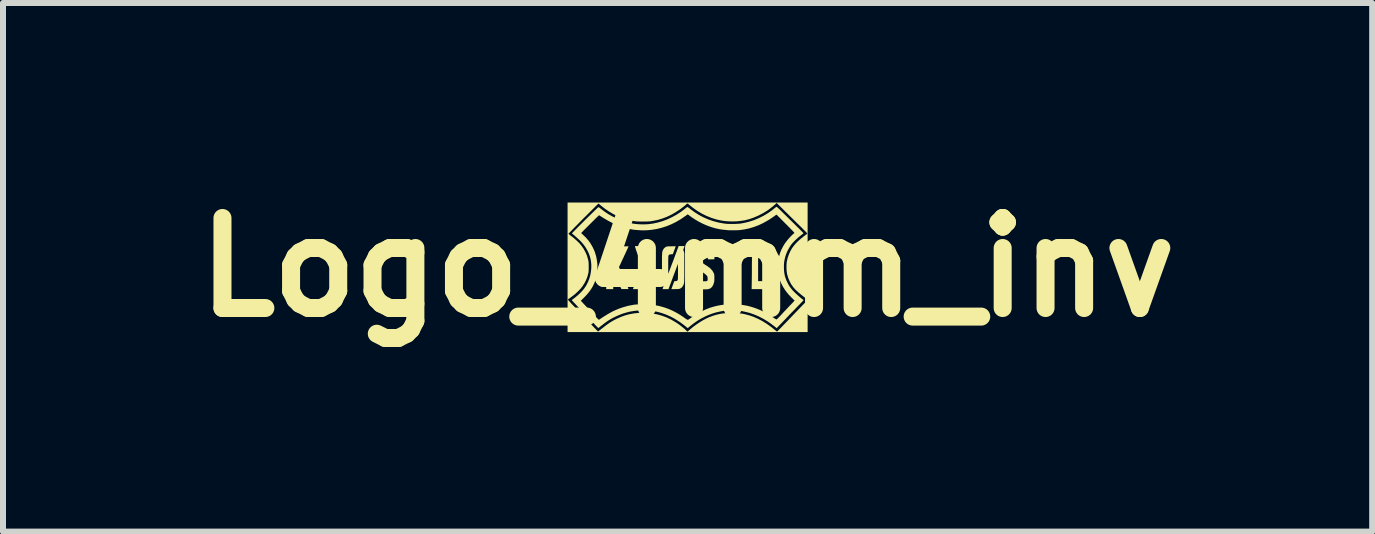
<source format=kicad_pcb>
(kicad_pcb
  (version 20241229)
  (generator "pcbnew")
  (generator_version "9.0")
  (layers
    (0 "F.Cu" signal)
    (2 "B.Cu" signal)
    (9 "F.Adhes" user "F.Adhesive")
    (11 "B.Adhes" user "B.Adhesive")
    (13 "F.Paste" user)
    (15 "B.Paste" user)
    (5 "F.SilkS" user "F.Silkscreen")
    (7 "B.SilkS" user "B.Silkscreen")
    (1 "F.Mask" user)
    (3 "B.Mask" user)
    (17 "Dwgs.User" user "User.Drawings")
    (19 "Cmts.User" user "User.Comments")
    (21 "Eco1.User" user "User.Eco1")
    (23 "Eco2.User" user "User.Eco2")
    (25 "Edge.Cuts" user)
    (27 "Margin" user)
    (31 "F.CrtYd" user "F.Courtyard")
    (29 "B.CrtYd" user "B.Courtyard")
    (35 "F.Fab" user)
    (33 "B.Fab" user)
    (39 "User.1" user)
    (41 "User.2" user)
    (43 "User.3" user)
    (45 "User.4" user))
  (footprint "Logo_4mm_inv"
    (layer "F.Cu")
    (at 8.407 1.404)
    (property "Reference" "Logo_4mm_inv" (at 0 0 0) (layer "F.SilkS") (effects (font (size 1.5 1.5) (thickness 0.3))))
    (attr board_only exclude_from_pos_files exclude_from_bom)
    (fp_poly (pts (xy 0.938 -0.285) (xy 0.937 -0.219) (xy 0.869 -0.218) (xy 0.801 -0.217) (xy 0.801 0.074) (xy 0.801 0.364) (xy 0.75 0.364) (xy 0.698 0.364) (xy 0.698 0.073) (xy 0.698 -0.217) (xy 0.629 -0.217) (xy 0.561 -0.217) (xy 0.561 -0.284) (xy 0.561 -0.351) (xy 0.75 -0.351) (xy 0.938 -0.351)) (stroke (width 0) (type solid)) (fill yes) (layer "F.SilkS"))
    (fp_poly (pts (xy 1.175 -0.06) (xy 1.175 0.23) (xy 1.311 0.23) (xy 1.446 0.23) (xy 1.446 0.297) (xy 1.446 0.364) (xy 1.257 0.364) (xy 1.067 0.364) (xy 1.07 0.191) (xy 1.07 0.151) (xy 1.071 0.106) (xy 1.071 0.057) (xy 1.071 0.007) (xy 1.071 -0.043) (xy 1.072 -0.092) (xy 1.072 -0.138) (xy 1.072 -0.166) (xy 1.072 -0.351) (xy 1.124 -0.351) (xy 1.175 -0.351)) (stroke (width 0) (type solid)) (fill yes) (layer "F.SilkS"))
    (fp_poly (pts (xy -1.238 -0.22) (xy -1.237 -0.089) (xy -1.199 -0.162) (xy -1.186 -0.187) (xy -1.172 -0.213) (xy -1.157 -0.24) (xy -1.144 -0.266) (xy -1.133 -0.287) (xy -1.13 -0.292) (xy -1.1 -0.349) (xy -1.043 -0.35) (xy -1.019 -0.35) (xy -1.002 -0.35) (xy -0.991 -0.349) (xy -0.985 -0.348) (xy -0.985 -0.347) (xy -0.986 -0.343) (xy -0.99 -0.334) (xy -0.996 -0.321) (xy -1.004 -0.303) (xy -1.014 -0.281) (xy -1.025 -0.258) (xy -1.037 -0.232) (xy -1.04 -0.224) (xy -1.054 -0.196) (xy -1.067 -0.166) (xy -1.081 -0.138) (xy -1.093 -0.112) (xy -1.104 -0.088) (xy -1.113 -0.068) (xy -1.119 -0.055) (xy -1.143 -0.004) (xy -1.098 0.097) (xy -1.086 0.125) (xy -1.074 0.154) (xy -1.061 0.183) (xy -1.049 0.211) (xy -1.039 0.235) (xy -1.03 0.255) (xy -1.028 0.259) (xy -1.02 0.279) (xy -1.011 0.298) (xy -1.004 0.316) (xy -0.998 0.329) (xy -0.994 0.338) (xy -0.989 0.349) (xy -0.986 0.357) (xy -0.985 0.361) (xy -0.988 0.362) (xy -0.998 0.363) (xy -1.013 0.363) (xy -1.034 0.363) (xy -1.044 0.363) (xy -1.103 0.362) (xy -1.128 0.309) (xy -1.137 0.29) (xy -1.148 0.268) (xy -1.16 0.242) (xy -1.172 0.215) (xy -1.185 0.188) (xy -1.193 0.17) (xy -1.204 0.148) (xy -1.213 0.128) (xy -1.222 0.11) (xy -1.228 0.096) (xy -1.233 0.087) (xy -1.236 0.082) (xy -1.236 0.082) (xy -1.237 0.084) (xy -1.237 0.093) (xy -1.238 0.107) (xy -1.238 0.126) (xy -1.238 0.15) (xy -1.239 0.177) (xy -1.239 0.207) (xy -1.239 0.221) (xy -1.239 0.364) (xy -1.297 0.364) (xy -1.356 0.364) (xy -1.355 0.008) (xy -1.354 -0.349) (xy -1.296 -0.35) (xy -1.239 -0.351)) (stroke (width 0) (type solid)) (fill yes) (layer "F.SilkS"))
    (fp_poly (pts (xy -0.751 -0.265) (xy -0.743 -0.241) (xy -0.734 -0.22) (xy -0.727 -0.202) (xy -0.721 -0.187) (xy -0.717 -0.176) (xy -0.715 -0.171) (xy -0.715 -0.171) (xy -0.714 -0.17) (xy -0.713 -0.17) (xy -0.711 -0.171) (xy -0.709 -0.175) (xy -0.706 -0.182) (xy -0.702 -0.192) (xy -0.697 -0.206) (xy -0.69 -0.224) (xy -0.681 -0.247) (xy -0.671 -0.276) (xy -0.668 -0.282) (xy -0.642 -0.352) (xy -0.591 -0.353) (xy -0.572 -0.353) (xy -0.558 -0.354) (xy -0.549 -0.353) (xy -0.544 -0.352) (xy -0.542 -0.351) (xy -0.542 -0.349) (xy -0.543 -0.348) (xy -0.544 -0.344) (xy -0.548 -0.334) (xy -0.554 -0.319) (xy -0.561 -0.3) (xy -0.569 -0.277) (xy -0.579 -0.251) (xy -0.59 -0.222) (xy -0.601 -0.192) (xy -0.603 -0.188) (xy -0.661 -0.034) (xy -0.648 0.007) (xy -0.634 0.05) (xy -0.621 0.092) (xy -0.608 0.133) (xy -0.596 0.172) (xy -0.585 0.209) (xy -0.574 0.242) (xy -0.565 0.273) (xy -0.556 0.3) (xy -0.549 0.322) (xy -0.544 0.34) (xy -0.54 0.353) (xy -0.538 0.361) (xy -0.538 0.362) (xy -0.541 0.363) (xy -0.549 0.363) (xy -0.562 0.363) (xy -0.578 0.363) (xy -0.585 0.363) (xy -0.632 0.362) (xy -0.646 0.322) (xy -0.651 0.307) (xy -0.658 0.287) (xy -0.666 0.264) (xy -0.675 0.24) (xy -0.684 0.215) (xy -0.688 0.204) (xy -0.695 0.182) (xy -0.702 0.162) (xy -0.709 0.146) (xy -0.713 0.133) (xy -0.717 0.125) (xy -0.718 0.123) (xy -0.72 0.125) (xy -0.723 0.132) (xy -0.728 0.143) (xy -0.734 0.158) (xy -0.735 0.163) (xy -0.742 0.179) (xy -0.749 0.201) (xy -0.758 0.224) (xy -0.767 0.249) (xy -0.776 0.273) (xy -0.776 0.274) (xy -0.784 0.295) (xy -0.791 0.314) (xy -0.797 0.33) (xy -0.802 0.343) (xy -0.805 0.352) (xy -0.806 0.353) (xy -0.809 0.364) (xy -0.86 0.364) (xy -0.911 0.364) (xy -0.9 0.333) (xy -0.896 0.323) (xy -0.89 0.307) (xy -0.883 0.287) (xy -0.874 0.264) (xy -0.864 0.238) (xy -0.854 0.21) (xy -0.843 0.182) (xy -0.843 0.182) (xy -0.828 0.142) (xy -0.815 0.107) (xy -0.804 0.078) (xy -0.795 0.054) (xy -0.787 0.034) (xy -0.781 0.018) (xy -0.777 0.006) (xy -0.773 -0.004) (xy -0.771 -0.011) (xy -0.77 -0.016) (xy -0.769 -0.02) (xy -0.769 -0.022) (xy -0.77 -0.024) (xy -0.77 -0.026) (xy -0.771 -0.028) (xy -0.773 -0.033) (xy -0.776 -0.044) (xy -0.781 -0.06) (xy -0.788 -0.08) (xy -0.796 -0.104) (xy -0.805 -0.131) (xy -0.815 -0.16) (xy -0.826 -0.191) (xy -0.826 -0.193) (xy -0.836 -0.224) (xy -0.846 -0.252) (xy -0.855 -0.279) (xy -0.863 -0.302) (xy -0.869 -0.321) (xy -0.874 -0.336) (xy -0.877 -0.346) (xy -0.878 -0.35) (xy -0.878 -0.351) (xy -0.875 -0.352) (xy -0.866 -0.353) (xy -0.851 -0.354) (xy -0.832 -0.354) (xy -0.786 -0.354)) (stroke (width 0) (type solid)) (fill yes) (layer "F.SilkS"))
    (fp_poly (pts (xy 0.289 -0.35) (xy 0.31 -0.349) (xy 0.327 -0.348) (xy 0.334 -0.347) (xy 0.362 -0.34) (xy 0.387 -0.328) (xy 0.407 -0.312) (xy 0.409 -0.311) (xy 0.422 -0.294) (xy 0.433 -0.275) (xy 0.44 -0.253) (xy 0.445 -0.228) (xy 0.447 -0.197) (xy 0.447 -0.178) (xy 0.447 -0.134) (xy 0.398 -0.133) (xy 0.38 -0.133) (xy 0.364 -0.132) (xy 0.352 -0.133) (xy 0.344 -0.133) (xy 0.343 -0.133) (xy 0.339 -0.137) (xy 0.337 -0.146) (xy 0.336 -0.153) (xy 0.331 -0.175) (xy 0.324 -0.192) (xy 0.315 -0.204) (xy 0.315 -0.204) (xy 0.311 -0.206) (xy 0.306 -0.208) (xy 0.299 -0.209) (xy 0.289 -0.21) (xy 0.274 -0.21) (xy 0.257 -0.21) (xy 0.238 -0.21) (xy 0.224 -0.21) (xy 0.214 -0.209) (xy 0.207 -0.208) (xy 0.202 -0.206) (xy 0.197 -0.203) (xy 0.197 -0.203) (xy 0.19 -0.198) (xy 0.187 -0.193) (xy 0.185 -0.186) (xy 0.184 -0.175) (xy 0.184 -0.174) (xy 0.184 -0.16) (xy 0.186 -0.149) (xy 0.191 -0.137) (xy 0.192 -0.135) (xy 0.204 -0.117) (xy 0.221 -0.098) (xy 0.245 -0.078) (xy 0.273 -0.056) (xy 0.296 -0.04) (xy 0.319 -0.026) (xy 0.337 -0.014) (xy 0.351 -0.003) (xy 0.363 0.005) (xy 0.373 0.013) (xy 0.382 0.022) (xy 0.389 0.029) (xy 0.414 0.058) (xy 0.432 0.089) (xy 0.438 0.102) (xy 0.441 0.11) (xy 0.443 0.117) (xy 0.444 0.126) (xy 0.445 0.136) (xy 0.446 0.15) (xy 0.446 0.169) (xy 0.446 0.179) (xy 0.446 0.201) (xy 0.445 0.218) (xy 0.444 0.231) (xy 0.443 0.242) (xy 0.44 0.253) (xy 0.438 0.261) (xy 0.427 0.293) (xy 0.413 0.318) (xy 0.397 0.337) (xy 0.377 0.352) (xy 0.353 0.362) (xy 0.35 0.362) (xy 0.34 0.364) (xy 0.324 0.366) (xy 0.304 0.367) (xy 0.281 0.367) (xy 0.257 0.367) (xy 0.233 0.367) (xy 0.21 0.366) (xy 0.19 0.365) (xy 0.173 0.364) (xy 0.162 0.362) (xy 0.161 0.362) (xy 0.137 0.354) (xy 0.118 0.342) (xy 0.102 0.325) (xy 0.097 0.318) (xy 0.088 0.303) (xy 0.081 0.286) (xy 0.076 0.267) (xy 0.073 0.245) (xy 0.071 0.217) (xy 0.071 0.208) (xy 0.069 0.157) (xy 0.126 0.157) (xy 0.184 0.157) (xy 0.184 0.173) (xy 0.186 0.196) (xy 0.194 0.216) (xy 0.199 0.224) (xy 0.208 0.234) (xy 0.265 0.233) (xy 0.288 0.233) (xy 0.305 0.232) (xy 0.317 0.23) (xy 0.326 0.227) (xy 0.33 0.221) (xy 0.333 0.213) (xy 0.334 0.202) (xy 0.334 0.188) (xy 0.333 0.171) (xy 0.331 0.158) (xy 0.327 0.148) (xy 0.319 0.137) (xy 0.307 0.126) (xy 0.303 0.122) (xy 0.296 0.116) (xy 0.289 0.11) (xy 0.28 0.103) (xy 0.269 0.095) (xy 0.256 0.086) (xy 0.24 0.075) (xy 0.219 0.062) (xy 0.194 0.045) (xy 0.185 0.039) (xy 0.153 0.016) (xy 0.126 -0.009) (xy 0.104 -0.036) (xy 0.087 -0.064) (xy 0.079 -0.085) (xy 0.076 -0.094) (xy 0.074 -0.103) (xy 0.073 -0.113) (xy 0.072 -0.126) (xy 0.072 -0.142) (xy 0.072 -0.163) (xy 0.072 -0.165) (xy 0.073 -0.196) (xy 0.075 -0.222) (xy 0.078 -0.243) (xy 0.082 -0.261) (xy 0.088 -0.276) (xy 0.092 -0.284) (xy 0.108 -0.307) (xy 0.129 -0.325) (xy 0.154 -0.338) (xy 0.183 -0.346) (xy 0.187 -0.347) (xy 0.201 -0.349) (xy 0.22 -0.35) (xy 0.243 -0.35) (xy 0.266 -0.35)) (stroke (width 0) (type solid)) (fill yes) (layer "F.SilkS"))
    (fp_poly (pts (xy -0.082 -0.354) (xy -0.068 -0.354) (xy -0.057 -0.353) (xy -0.051 -0.353) (xy -0.05 -0.353) (xy -0.051 -0.349) (xy -0.054 -0.341) (xy -0.059 -0.33) (xy -0.061 -0.323) (xy -0.073 -0.294) (xy -0.064 -0.267) (xy -0.055 -0.239) (xy -0.055 0.005) (xy -0.055 0.052) (xy -0.055 0.092) (xy -0.055 0.127) (xy -0.055 0.157) (xy -0.056 0.181) (xy -0.056 0.202) (xy -0.056 0.219) (xy -0.057 0.232) (xy -0.057 0.243) (xy -0.058 0.252) (xy -0.059 0.258) (xy -0.059 0.264) (xy -0.061 0.268) (xy -0.061 0.27) (xy -0.071 0.299) (xy -0.085 0.322) (xy -0.102 0.341) (xy -0.124 0.354) (xy -0.125 0.355) (xy -0.132 0.357) (xy -0.138 0.359) (xy -0.146 0.361) (xy -0.156 0.362) (xy -0.169 0.362) (xy -0.187 0.363) (xy -0.207 0.363) (xy -0.229 0.364) (xy -0.245 0.364) (xy -0.257 0.364) (xy -0.264 0.363) (xy -0.268 0.362) (xy -0.269 0.361) (xy -0.269 0.359) (xy -0.269 0.359) (xy -0.267 0.353) (xy -0.263 0.343) (xy -0.258 0.329) (xy -0.252 0.313) (xy -0.25 0.307) (xy -0.244 0.29) (xy -0.237 0.273) (xy -0.232 0.259) (xy -0.228 0.249) (xy -0.227 0.247) (xy -0.222 0.232) (xy -0.201 0.23) (xy -0.19 0.229) (xy -0.18 0.226) (xy -0.176 0.224) (xy -0.172 0.221) (xy -0.169 0.217) (xy -0.166 0.213) (xy -0.164 0.207) (xy -0.163 0.199) (xy -0.162 0.188) (xy -0.161 0.173) (xy -0.161 0.155) (xy -0.16 0.131) (xy -0.16 0.102) (xy -0.16 0.071) (xy -0.161 -0.058) (xy -0.215 0.087) (xy -0.227 0.119) (xy -0.24 0.152) (xy -0.252 0.185) (xy -0.263 0.216) (xy -0.274 0.245) (xy -0.283 0.27) (xy -0.291 0.29) (xy -0.294 0.298) (xy -0.318 0.364) (xy -0.368 0.364) (xy -0.418 0.364) (xy -0.415 0.356) (xy -0.413 0.349) (xy -0.409 0.338) (xy -0.407 0.334) (xy -0.404 0.325) (xy -0.403 0.319) (xy -0.405 0.312) (xy -0.41 0.303) (xy -0.413 0.297) (xy -0.416 0.29) (xy -0.418 0.283) (xy -0.42 0.276) (xy -0.422 0.267) (xy -0.423 0.256) (xy -0.424 0.243) (xy -0.425 0.227) (xy -0.426 0.208) (xy -0.427 0.186) (xy -0.427 0.158) (xy -0.427 0.126) (xy -0.427 0.089) (xy -0.427 0.046) (xy -0.427 0.008) (xy -0.427 -0.04) (xy -0.427 -0.082) (xy -0.427 -0.119) (xy -0.427 -0.15) (xy -0.427 -0.176) (xy -0.426 -0.198) (xy -0.425 -0.217) (xy -0.424 -0.232) (xy -0.423 -0.245) (xy -0.422 -0.255) (xy -0.42 -0.264) (xy -0.417 -0.271) (xy -0.415 -0.278) (xy -0.412 -0.285) (xy -0.409 -0.29) (xy -0.396 -0.312) (xy -0.38 -0.328) (xy -0.361 -0.34) (xy -0.355 -0.343) (xy -0.349 -0.345) (xy -0.343 -0.347) (xy -0.335 -0.348) (xy -0.325 -0.349) (xy -0.311 -0.349) (xy -0.293 -0.35) (xy -0.27 -0.35) (xy -0.197 -0.351) (xy -0.202 -0.338) (xy -0.205 -0.331) (xy -0.209 -0.319) (xy -0.215 -0.303) (xy -0.222 -0.285) (xy -0.227 -0.272) (xy -0.246 -0.219) (xy -0.273 -0.217) (xy -0.289 -0.215) (xy -0.3 -0.213) (xy -0.307 -0.21) (xy -0.312 -0.205) (xy -0.316 -0.199) (xy -0.318 -0.196) (xy -0.319 -0.192) (xy -0.32 -0.186) (xy -0.321 -0.178) (xy -0.321 -0.167) (xy -0.322 -0.153) (xy -0.322 -0.134) (xy -0.323 -0.111) (xy -0.323 -0.083) (xy -0.323 -0.048) (xy -0.323 -0.04) (xy -0.323 -0.01) (xy -0.323 0.019) (xy -0.323 0.045) (xy -0.323 0.067) (xy -0.323 0.085) (xy -0.323 0.098) (xy -0.323 0.105) (xy -0.323 0.107) (xy -0.321 0.103) (xy -0.318 0.094) (xy -0.312 0.081) (xy -0.305 0.063) (xy -0.297 0.042) (xy -0.289 0.019) (xy -0.282 0.002) (xy -0.259 -0.06) (xy -0.238 -0.114) (xy -0.22 -0.163) (xy -0.204 -0.206) (xy -0.19 -0.243) (xy -0.179 -0.273) (xy -0.17 -0.298) (xy -0.163 -0.317) (xy -0.158 -0.329) (xy -0.156 -0.335) (xy -0.15 -0.354) (xy -0.1 -0.354)) (stroke (width 0) (type solid)) (fill yes) (layer "F.SilkS"))
    (fp_poly (pts (xy 2 -0.269) (xy 2 0.541) (xy 1.979 0.525) (xy 1.965 0.515) (xy 1.948 0.501) (xy 1.929 0.485) (xy 1.909 0.47) (xy 1.89 0.454) (xy 1.874 0.441) (xy 1.87 0.438) (xy 1.859 0.429) (xy 1.849 0.42) (xy 1.842 0.414) (xy 1.797 0.373) (xy 1.758 0.328) (xy 1.724 0.279) (xy 1.697 0.227) (xy 1.675 0.172) (xy 1.658 0.113) (xy 1.656 0.1) (xy 1.652 0.074) (xy 1.649 0.044) (xy 1.648 0.011) (xy 1.648 -0.023) (xy 1.649 -0.056) (xy 1.652 -0.085) (xy 1.654 -0.099) (xy 1.668 -0.159) (xy 1.688 -0.216) (xy 1.713 -0.271) (xy 1.743 -0.323) (xy 1.778 -0.369) (xy 1.795 -0.389) (xy 1.813 -0.408) (xy 1.831 -0.427) (xy 1.851 -0.445) (xy 1.873 -0.465) (xy 1.899 -0.486) (xy 1.929 -0.51) (xy 1.958 -0.533) (xy 1.97 -0.542) (xy 1.981 -0.55) (xy 1.989 -0.556) (xy 1.991 -0.558) (xy 1.993 -0.56) (xy 1.993 -0.561) (xy 1.993 -0.563) (xy 1.992 -0.566) (xy 1.989 -0.57) (xy 1.984 -0.576) (xy 1.977 -0.583) (xy 1.968 -0.593) (xy 1.955 -0.606) (xy 1.94 -0.621) (xy 1.921 -0.64) (xy 1.899 -0.663) (xy 1.872 -0.689) (xy 1.841 -0.72) (xy 1.838 -0.722) (xy 1.808 -0.752) (xy 1.775 -0.784) (xy 1.743 -0.816) (xy 1.71 -0.848) (xy 1.679 -0.88) (xy 1.649 -0.909) (xy 1.621 -0.936) (xy 1.598 -0.96) (xy 1.58 -0.977) (xy 1.482 -1.074) (xy 1.475 -1.064) (xy 1.468 -1.057) (xy 1.458 -1.047) (xy 1.443 -1.035) (xy 1.426 -1.02) (xy 1.408 -1.005) (xy 1.388 -0.99) (xy 1.369 -0.975) (xy 1.35 -0.961) (xy 1.334 -0.949) (xy 1.329 -0.946) (xy 1.255 -0.901) (xy 1.18 -0.862) (xy 1.103 -0.829) (xy 1.025 -0.802) (xy 0.95 -0.783) (xy 0.885 -0.773) (xy 0.818 -0.766) (xy 0.748 -0.764) (xy 0.679 -0.766) (xy 0.61 -0.772) (xy 0.555 -0.781) (xy 0.472 -0.8) (xy 0.391 -0.826) (xy 0.312 -0.858) (xy 0.236 -0.896) (xy 0.161 -0.941) (xy 0.09 -0.991) (xy 0.025 -1.043) (xy 0.013 -1.054) (xy 0.005 -1.06) (xy -0.001 -1.063) (xy -0.006 -1.062) (xy -0.012 -1.058) (xy -0.018 -1.053) (xy -0.029 -1.043) (xy -0.044 -1.03) (xy -0.062 -1.015) (xy -0.081 -1) (xy -0.101 -0.985) (xy -0.119 -0.971) (xy -0.13 -0.963) (xy -0.202 -0.916) (xy -0.274 -0.875) (xy -0.348 -0.84) (xy -0.423 -0.812) (xy -0.501 -0.789) (xy -0.581 -0.773) (xy -0.594 -0.771) (xy -0.608 -0.768) (xy -0.621 -0.767) (xy -0.634 -0.765) (xy -0.649 -0.765) (xy -0.665 -0.764) (xy -0.686 -0.763) (xy -0.71 -0.763) (xy -0.74 -0.763) (xy -0.745 -0.763) (xy -0.775 -0.763) (xy -0.801 -0.763) (xy -0.821 -0.764) (xy -0.839 -0.764) (xy -0.853 -0.765) (xy -0.867 -0.767) (xy -0.88 -0.768) (xy -0.894 -0.77) (xy -0.896 -0.771) (xy -0.976 -0.786) (xy -1.052 -0.807) (xy -1.126 -0.834) (xy -1.198 -0.866) (xy -1.244 -0.891) (xy -1.313 -0.932) (xy -1.379 -0.977) (xy -1.442 -1.027) (xy -1.468 -1.049) (xy -1.476 -1.056) (xy -1.482 -1.061) (xy -1.485 -1.062) (xy -1.488 -1.06) (xy -1.495 -1.053) (xy -1.506 -1.042) (xy -1.521 -1.028) (xy -1.539 -1.01) (xy -1.559 -0.99) (xy -1.582 -0.967) (xy -1.607 -0.942) (xy -1.634 -0.915) (xy -1.662 -0.887) (xy -1.691 -0.858) (xy -1.721 -0.829) (xy -1.751 -0.799) (xy -1.78 -0.769) (xy -1.809 -0.74) (xy -1.837 -0.711) (xy -1.864 -0.684) (xy -1.889 -0.659) (xy -1.912 -0.635) (xy -1.932 -0.614) (xy -1.95 -0.596) (xy -1.965 -0.581) (xy -1.976 -0.569) (xy -1.983 -0.562) (xy -1.985 -0.558) (xy -1.985 -0.558) (xy -1.982 -0.555) (xy -1.974 -0.548) (xy -1.963 -0.54) (xy -1.951 -0.53) (xy -1.895 -0.487) (xy -1.846 -0.443) (xy -1.802 -0.4) (xy -1.765 -0.355) (xy -1.733 -0.309) (xy -1.707 -0.262) (xy -1.704 -0.257) (xy -1.687 -0.219) (xy -1.673 -0.183) (xy -1.662 -0.143) (xy -1.657 -0.125) (xy -1.654 -0.112) (xy -1.652 -0.1) (xy -1.65 -0.089) (xy -1.649 -0.078) (xy -1.649 -0.064) (xy -1.648 -0.047) (xy -1.648 -0.026) (xy -1.648 -0.008) (xy -1.648 0.018) (xy -1.648 0.038) (xy -1.649 0.055) (xy -1.65 0.068) (xy -1.651 0.08) (xy -1.653 0.091) (xy -1.655 0.101) (xy -1.67 0.157) (xy -1.69 0.209) (xy -1.715 0.259) (xy -1.745 0.307) (xy -1.781 0.354) (xy -1.823 0.398) (xy -1.87 0.442) (xy -1.924 0.485) (xy -1.948 0.502) (xy -1.963 0.513) (xy -1.976 0.523) (xy -1.987 0.53) (xy -1.993 0.536) (xy -1.995 0.537) (xy -1.993 0.54) (xy -1.988 0.548) (xy -1.978 0.559) (xy -1.966 0.572) (xy -1.952 0.588) (xy -1.938 0.603) (xy -1.905 0.637) (xy -1.871 0.673) (xy -1.837 0.71) (xy -1.802 0.747) (xy -1.767 0.784) (xy -1.733 0.819) (xy -1.702 0.852) (xy -1.673 0.883) (xy -1.647 0.91) (xy -1.628 0.93) (xy -1.608 0.95) (xy -1.589 0.97) (xy -1.57 0.99) (xy -1.552 1.009) (xy -1.537 1.024) (xy -1.528 1.033) (xy -1.493 1.07) (xy -1.484 1.064) (xy -1.479 1.06) (xy -1.469 1.052) (xy -1.456 1.042) (xy -1.441 1.03) (xy -1.424 1.017) (xy -1.419 1.014) (xy -1.383 0.985) (xy -1.35 0.96) (xy -1.319 0.938) (xy -1.291 0.919) (xy -1.262 0.901) (xy -1.234 0.885) (xy -1.203 0.869) (xy -1.188 0.861) (xy -1.117 0.829) (xy -1.046 0.803) (xy -0.974 0.783) (xy -0.9 0.769) (xy -0.823 0.76) (xy -0.746 0.758) (xy -0.663 0.761) (xy -0.583 0.77) (xy -0.504 0.785) (xy -0.429 0.806) (xy -0.355 0.833) (xy -0.282 0.867) (xy -0.211 0.908) (xy -0.154 0.945) (xy -0.133 0.961) (xy -0.111 0.977) (xy -0.09 0.994) (xy -0.069 1.011) (xy -0.05 1.027) (xy -0.034 1.042) (xy -0.022 1.054) (xy -0.013 1.063) (xy -0.012 1.065) (xy -0.009 1.069) (xy -0.006 1.07) (xy -0.001 1.07) (xy 0.006 1.066) (xy 0.015 1.058) (xy 0.028 1.047) (xy 0.038 1.038) (xy 0.088 0.996) (xy 0.141 0.957) (xy 0.195 0.92) (xy 0.251 0.886) (xy 0.306 0.856) (xy 0.359 0.832) (xy 0.369 0.828) (xy 0.428 0.806) (xy 0.486 0.789) (xy 0.544 0.776) (xy 0.604 0.767) (xy 0.667 0.762) (xy 0.735 0.76) (xy 0.741 0.76) (xy 0.788 0.761) (xy 0.829 0.763) (xy 0.869 0.767) (xy 0.908 0.772) (xy 0.949 0.78) (xy 0.957 0.782) (xy 1.029 0.801) (xy 1.101 0.826) (xy 1.173 0.858) (xy 1.246 0.896) (xy 1.318 0.941) (xy 1.391 0.993) (xy 1.452 1.042) (xy 1.464 1.051) (xy 1.474 1.06) (xy 1.482 1.066) (xy 1.484 1.068) (xy 1.486 1.069) (xy 1.489 1.069) (xy 1.493 1.068) (xy 1.498 1.064) (xy 1.506 1.057) (xy 1.516 1.046) (xy 1.531 1.031) (xy 1.537 1.025) (xy 1.555 1.007) (xy 1.574 0.987) (xy 1.593 0.967) (xy 1.61 0.949) (xy 1.621 0.938) (xy 1.632 0.927) (xy 1.647 0.911) (xy 1.665 0.893) (xy 1.685 0.872) (xy 1.706 0.85) (xy 1.728 0.827) (xy 1.746 0.808) (xy 1.778 0.775) (xy 1.806 0.745) (xy 1.831 0.72) (xy 1.852 0.698) (xy 1.871 0.678) (xy 1.889 0.66) (xy 1.905 0.643) (xy 1.92 0.627) (xy 1.935 0.612) (xy 1.951 0.595) (xy 1.954 0.592) (xy 2 0.544) (xy 2 0.811) (xy 2 1.079) (xy -0.000001 1.079) (xy -2 1.079) (xy -2 -0.000001) (xy -2 -1.079) (xy -0.000001 -1.079) (xy 2 -1.079)) (stroke (width 0) (type solid)) (fill yes) (layer "F.SilkS"))
    (fp_poly (pts (xy 1.486 -1.006) (xy 1.494 -1) (xy 1.505 -0.99) (xy 1.519 -0.977) (xy 1.535 -0.962) (xy 1.552 -0.945) (xy 1.553 -0.944) (xy 1.603 -0.895) (xy 1.648 -0.851) (xy 1.689 -0.81) (xy 1.726 -0.774) (xy 1.759 -0.742) (xy 1.788 -0.713) (xy 1.814 -0.687) (xy 1.836 -0.665) (xy 1.856 -0.646) (xy 1.872 -0.629) (xy 1.886 -0.615) (xy 1.898 -0.603) (xy 1.907 -0.594) (xy 1.915 -0.586) (xy 1.921 -0.58) (xy 1.925 -0.575) (xy 1.927 -0.571) (xy 1.929 -0.569) (xy 1.93 -0.567) (xy 1.93 -0.566) (xy 1.929 -0.565) (xy 1.928 -0.565) (xy 1.928 -0.564) (xy 1.923 -0.56) (xy 1.914 -0.553) (xy 1.902 -0.544) (xy 1.89 -0.534) (xy 1.854 -0.506) (xy 1.819 -0.475) (xy 1.786 -0.444) (xy 1.757 -0.413) (xy 1.745 -0.401) (xy 1.723 -0.373) (xy 1.702 -0.34) (xy 1.681 -0.304) (xy 1.662 -0.268) (xy 1.647 -0.232) (xy 1.641 -0.217) (xy 1.628 -0.177) (xy 1.619 -0.141) (xy 1.612 -0.107) (xy 1.607 -0.072) (xy 1.605 -0.034) (xy 1.605 -0.005) (xy 1.606 0.046) (xy 1.611 0.093) (xy 1.619 0.137) (xy 1.632 0.179) (xy 1.648 0.222) (xy 1.67 0.267) (xy 1.67 0.267) (xy 1.688 0.301) (xy 1.708 0.331) (xy 1.729 0.359) (xy 1.754 0.388) (xy 1.778 0.412) (xy 1.791 0.425) (xy 1.807 0.44) (xy 1.825 0.456) (xy 1.843 0.473) (xy 1.862 0.489) (xy 1.88 0.505) (xy 1.896 0.518) (xy 1.91 0.529) (xy 1.921 0.537) (xy 1.926 0.541) (xy 1.932 0.545) (xy 1.933 0.547) (xy 1.93 0.55) (xy 1.924 0.557) (xy 1.914 0.568) (xy 1.901 0.581) (xy 1.886 0.597) (xy 1.869 0.615) (xy 1.851 0.633) (xy 1.833 0.652) (xy 1.815 0.67) (xy 1.798 0.688) (xy 1.782 0.705) (xy 1.768 0.719) (xy 1.757 0.73) (xy 1.749 0.739) (xy 1.748 0.74) (xy 1.742 0.745) (xy 1.732 0.755) (xy 1.72 0.768) (xy 1.704 0.784) (xy 1.687 0.802) (xy 1.669 0.822) (xy 1.659 0.831) (xy 1.64 0.852) (xy 1.62 0.873) (xy 1.601 0.893) (xy 1.584 0.91) (xy 1.57 0.926) (xy 1.558 0.937) (xy 1.556 0.94) (xy 1.542 0.954) (xy 1.527 0.97) (xy 1.514 0.984) (xy 1.505 0.992) (xy 1.484 1.015) (xy 1.471 1.003) (xy 1.458 0.992) (xy 1.441 0.979) (xy 1.421 0.964) (xy 1.399 0.948) (xy 1.377 0.931) (xy 1.355 0.916) (xy 1.336 0.903) (xy 1.262 0.858) (xy 1.187 0.819) (xy 1.111 0.787) (xy 1.035 0.76) (xy 0.963 0.742) (xy 0.93 0.735) (xy 0.9 0.729) (xy 0.87 0.725) (xy 0.839 0.723) (xy 0.806 0.721) (xy 0.769 0.72) (xy 0.746 0.72) (xy 0.71 0.72) (xy 0.678 0.721) (xy 0.651 0.722) (xy 0.625 0.724) (xy 0.601 0.726) (xy 0.576 0.73) (xy 0.549 0.735) (xy 0.534 0.738) (xy 0.472 0.752) (xy 0.414 0.77) (xy 0.357 0.791) (xy 0.299 0.816) (xy 0.274 0.829) (xy 0.225 0.854) (xy 0.179 0.881) (xy 0.135 0.91) (xy 0.09 0.943) (xy 0.044 0.979) (xy 0.014 1.004) (xy 0.007 1.009) (xy 0.002 1.012) (xy 0.002 1.012) (xy -0.001 1.01) (xy -0.008 1.005) (xy -0.017 0.998) (xy -0.026 0.991) (xy -0.033 0.985) (xy -0.037 0.981) (xy -0.04 0.978) (xy -0.048 0.972) (xy -0.06 0.963) (xy -0.074 0.953) (xy -0.089 0.941) (xy -0.104 0.93) (xy -0.119 0.919) (xy -0.132 0.91) (xy -0.142 0.903) (xy -0.146 0.901) (xy -0.215 0.857) (xy -0.285 0.82) (xy -0.355 0.789) (xy -0.427 0.763) (xy -0.498 0.743) (xy -0.573 0.728) (xy -0.65 0.719) (xy -0.729 0.715) (xy -0.808 0.718) (xy -0.887 0.726) (xy -0.965 0.739) (xy -1.041 0.759) (xy -1.043 0.76) (xy -1.091 0.775) (xy -1.141 0.795) (xy -1.191 0.817) (xy -1.24 0.84) (xy -1.285 0.865) (xy -1.327 0.891) (xy -1.349 0.906) (xy -1.365 0.918) (xy -1.384 0.932) (xy -1.404 0.947) (xy -1.423 0.962) (xy -1.441 0.976) (xy -1.455 0.987) (xy -1.462 0.993) (xy -1.473 1.001) (xy -1.481 1.008) (xy -1.485 1.011) (xy -1.486 1.012) (xy -1.489 1.01) (xy -1.496 1.004) (xy -1.506 0.994) (xy -1.52 0.98) (xy -1.538 0.961) (xy -1.539 0.96) (xy -1.55 0.949) (xy -1.564 0.933) (xy -1.581 0.916) (xy -1.6 0.896) (xy -1.62 0.875) (xy -1.639 0.855) (xy -1.641 0.853) (xy -1.661 0.833) (xy -1.684 0.809) (xy -1.709 0.782) (xy -1.735 0.754) (xy -1.762 0.727) (xy -1.787 0.7) (xy -1.803 0.683) (xy -1.824 0.661) (xy -1.844 0.64) (xy -1.863 0.62) (xy -1.879 0.602) (xy -1.893 0.588) (xy -1.904 0.576) (xy -1.911 0.569) (xy -1.911 0.568) (xy -1.92 0.559) (xy -1.921 0.557) (xy -1.779 0.557) (xy -1.744 0.595) (xy -1.731 0.609) (xy -1.715 0.626) (xy -1.697 0.645) (xy -1.678 0.666) (xy -1.659 0.687) (xy -1.648 0.698) (xy -1.628 0.719) (xy -1.608 0.742) (xy -1.587 0.764) (xy -1.567 0.785) (xy -1.548 0.806) (xy -1.53 0.824) (xy -1.514 0.841) (xy -1.5 0.855) (xy -1.49 0.865) (xy -1.483 0.872) (xy -1.48 0.875) (xy -1.48 0.875) (xy -1.476 0.873) (xy -1.469 0.869) (xy -1.461 0.864) (xy -1.421 0.837) (xy -1.386 0.815) (xy -1.354 0.795) (xy -1.326 0.778) (xy -1.3 0.763) (xy -1.276 0.75) (xy -1.253 0.737) (xy -1.232 0.727) (xy -1.152 0.692) (xy -1.071 0.664) (xy -0.988 0.641) (xy -0.903 0.625) (xy -0.882 0.622) (xy -0.861 0.62) (xy -0.835 0.618) (xy -0.805 0.617) (xy -0.773 0.616) (xy -0.74 0.616) (xy -0.707 0.616) (xy -0.676 0.617) (xy -0.649 0.618) (xy -0.626 0.619) (xy -0.618 0.62) (xy -0.551 0.63) (xy -0.489 0.641) (xy -0.431 0.656) (xy -0.375 0.673) (xy -0.32 0.693) (xy -0.282 0.709) (xy -0.266 0.716) (xy -0.247 0.725) (xy -0.227 0.735) (xy -0.207 0.746) (xy -0.189 0.755) (xy -0.175 0.763) (xy -0.175 0.763) (xy -0.163 0.77) (xy -0.152 0.776) (xy -0.145 0.78) (xy -0.134 0.787) (xy -0.119 0.797) (xy -0.1 0.809) (xy -0.08 0.822) (xy -0.059 0.837) (xy -0.042 0.849) (xy -0.028 0.859) (xy -0.015 0.867) (xy -0.005 0.872) (xy 0.001 0.875) (xy 0.002 0.875) (xy 0.005 0.874) (xy 0.01 0.873) (xy 0.017 0.869) (xy 0.026 0.863) (xy 0.038 0.855) (xy 0.054 0.844) (xy 0.074 0.829) (xy 0.077 0.827) (xy 0.131 0.791) (xy 0.19 0.757) (xy 0.251 0.725) (xy 0.314 0.697) (xy 0.376 0.673) (xy 0.437 0.655) (xy 0.437 0.655) (xy 0.484 0.643) (xy 0.529 0.634) (xy 0.571 0.627) (xy 0.615 0.622) (xy 0.66 0.618) (xy 0.71 0.617) (xy 0.745 0.616) (xy 0.812 0.618) (xy 0.875 0.622) (xy 0.935 0.63) (xy 0.994 0.641) (xy 1.053 0.656) (xy 1.113 0.675) (xy 1.141 0.685) (xy 1.192 0.705) (xy 1.241 0.727) (xy 1.291 0.753) (xy 1.343 0.783) (xy 1.397 0.817) (xy 1.417 0.83) (xy 1.435 0.842) (xy 1.451 0.853) (xy 1.465 0.861) (xy 1.475 0.866) (xy 1.481 0.868) (xy 1.481 0.868) (xy 1.484 0.867) (xy 1.489 0.863) (xy 1.497 0.856) (xy 1.508 0.846) (xy 1.521 0.832) (xy 1.539 0.814) (xy 1.56 0.792) (xy 1.578 0.772) (xy 1.599 0.749) (xy 1.62 0.727) (xy 1.641 0.705) (xy 1.659 0.686) (xy 1.676 0.668) (xy 1.689 0.654) (xy 1.698 0.645) (xy 1.698 0.644) (xy 1.711 0.631) (xy 1.725 0.617) (xy 1.736 0.605) (xy 1.745 0.596) (xy 1.755 0.585) (xy 1.765 0.574) (xy 1.772 0.567) (xy 1.783 0.555) (xy 1.729 0.501) (xy 1.708 0.479) (xy 1.69 0.461) (xy 1.675 0.444) (xy 1.662 0.428) (xy 1.649 0.412) (xy 1.636 0.394) (xy 1.626 0.381) (xy 1.591 0.326) (xy 1.561 0.269) (xy 1.536 0.209) (xy 1.516 0.148) (xy 1.509 0.117) (xy 1.506 0.103) (xy 1.504 0.09) (xy 1.503 0.076) (xy 1.502 0.06) (xy 1.501 0.04) (xy 1.501 0.015) (xy 1.501 0.01) (xy 1.501 -0.023) (xy 1.501 -0.051) (xy 1.503 -0.075) (xy 1.505 -0.099) (xy 1.509 -0.122) (xy 1.515 -0.147) (xy 1.52 -0.166) (xy 1.538 -0.231) (xy 1.561 -0.29) (xy 1.59 -0.347) (xy 1.624 -0.402) (xy 1.664 -0.454) (xy 1.683 -0.477) (xy 1.697 -0.492) (xy 1.713 -0.509) (xy 1.728 -0.525) (xy 1.744 -0.54) (xy 1.758 -0.553) (xy 1.769 -0.563) (xy 1.777 -0.569) (xy 1.778 -0.57) (xy 1.779 -0.571) (xy 1.779 -0.573) (xy 1.778 -0.576) (xy 1.775 -0.58) (xy 1.77 -0.586) (xy 1.763 -0.594) (xy 1.753 -0.605) (xy 1.74 -0.618) (xy 1.724 -0.635) (xy 1.704 -0.655) (xy 1.68 -0.679) (xy 1.653 -0.707) (xy 1.634 -0.725) (xy 1.608 -0.752) (xy 1.583 -0.777) (xy 1.56 -0.8) (xy 1.54 -0.821) (xy 1.521 -0.839) (xy 1.506 -0.854) (xy 1.494 -0.866) (xy 1.486 -0.874) (xy 1.482 -0.877) (xy 1.481 -0.878) (xy 1.477 -0.876) (xy 1.47 -0.871) (xy 1.465 -0.867) (xy 1.454 -0.859) (xy 1.439 -0.848) (xy 1.421 -0.836) (xy 1.401 -0.822) (xy 1.381 -0.809) (xy 1.362 -0.796) (xy 1.344 -0.785) (xy 1.337 -0.781) (xy 1.26 -0.738) (xy 1.182 -0.701) (xy 1.102 -0.671) (xy 1.021 -0.647) (xy 0.938 -0.63) (xy 0.873 -0.621) (xy 0.853 -0.619) (xy 0.828 -0.618) (xy 0.799 -0.617) (xy 0.769 -0.617) (xy 0.737 -0.617) (xy 0.707 -0.617) (xy 0.68 -0.618) (xy 0.657 -0.62) (xy 0.648 -0.621) (xy 0.631 -0.623) (xy 0.615 -0.624) (xy 0.603 -0.626) (xy 0.596 -0.626) (xy 0.565 -0.63) (xy 0.529 -0.636) (xy 0.491 -0.644) (xy 0.45 -0.654) (xy 0.409 -0.666) (xy 0.37 -0.679) (xy 0.369 -0.679) (xy 0.306 -0.703) (xy 0.242 -0.732) (xy 0.179 -0.765) (xy 0.118 -0.801) (xy 0.061 -0.839) (xy 0.032 -0.861) (xy 0.02 -0.87) (xy 0.011 -0.876) (xy 0.005 -0.881) (xy 0.003 -0.882) (xy -0.001 -0.88) (xy -0.009 -0.875) (xy -0.02 -0.867) (xy -0.033 -0.857) (xy -0.037 -0.855) (xy -0.114 -0.802) (xy -0.192 -0.756) (xy -0.271 -0.717) (xy -0.352 -0.684) (xy -0.434 -0.658) (xy -0.517 -0.638) (xy -0.602 -0.624) (xy -0.616 -0.623) (xy -0.668 -0.618) (xy -0.716 -0.616) (xy -0.764 -0.616) (xy -0.813 -0.619) (xy -0.818 -0.619) (xy -0.839 -0.621) (xy -0.857 -0.622) (xy -0.873 -0.624) (xy -0.884 -0.625) (xy -0.89 -0.625) (xy -0.89 -0.625) (xy -0.896 -0.626) (xy -0.906 -0.627) (xy -0.921 -0.63) (xy -0.937 -0.633) (xy -0.941 -0.633) (xy -1.016 -0.65) (xy -1.093 -0.673) (xy -1.17 -0.701) (xy -1.248 -0.736) (xy -1.326 -0.777) (xy -1.404 -0.823) (xy -1.439 -0.845) (xy -1.452 -0.854) (xy -1.464 -0.861) (xy -1.472 -0.866) (xy -1.476 -0.867) (xy -1.476 -0.867) (xy -1.479 -0.865) (xy -1.486 -0.858) (xy -1.497 -0.848) (xy -1.511 -0.834) (xy -1.528 -0.818) (xy -1.547 -0.799) (xy -1.567 -0.778) (xy -1.589 -0.757) (xy -1.612 -0.734) (xy -1.635 -0.711) (xy -1.658 -0.688) (xy -1.68 -0.666) (xy -1.701 -0.645) (xy -1.72 -0.626) (xy -1.737 -0.609) (xy -1.751 -0.594) (xy -1.762 -0.583) (xy -1.77 -0.575) (xy -1.773 -0.572) (xy -1.773 -0.571) (xy -1.771 -0.568) (xy -1.764 -0.562) (xy -1.755 -0.553) (xy -1.743 -0.543) (xy -1.743 -0.542) (xy -1.698 -0.499) (xy -1.656 -0.451) (xy -1.619 -0.4) (xy -1.587 -0.346) (xy -1.56 -0.29) (xy -1.544 -0.25) (xy -1.524 -0.183) (xy -1.511 -0.116) (xy -1.503 -0.048) (xy -1.502 0.018) (xy -1.506 0.084) (xy -1.517 0.148) (xy -1.534 0.211) (xy -1.557 0.271) (xy -1.559 0.275) (xy -1.582 0.321) (xy -1.609 0.365) (xy -1.64 0.409) (xy -1.676 0.452) (xy -1.718 0.497) (xy -1.723 0.502) (xy -1.779 0.557) (xy -1.921 0.557) (xy -1.926 0.552) (xy -1.929 0.548) (xy -1.929 0.548) (xy -1.927 0.544) (xy -1.921 0.539) (xy -1.916 0.535) (xy -1.873 0.502) (xy -1.831 0.467) (xy -1.792 0.431) (xy -1.757 0.394) (xy -1.727 0.359) (xy -1.719 0.348) (xy -1.688 0.301) (xy -1.662 0.25) (xy -1.64 0.196) (xy -1.623 0.14) (xy -1.612 0.081) (xy -1.605 0.022) (xy -1.604 -0.036) (xy -1.609 -0.094) (xy -1.615 -0.13) (xy -1.628 -0.181) (xy -1.647 -0.233) (xy -1.672 -0.284) (xy -1.701 -0.334) (xy -1.735 -0.381) (xy -1.772 -0.424) (xy -1.776 -0.428) (xy -1.786 -0.439) (xy -1.8 -0.452) (xy -1.817 -0.468) (xy -1.835 -0.484) (xy -1.853 -0.501) (xy -1.871 -0.517) (xy -1.888 -0.532) (xy -1.902 -0.544) (xy -1.913 -0.553) (xy -1.917 -0.556) (xy -1.924 -0.561) (xy -1.926 -0.566) (xy -1.927 -0.566) (xy -1.924 -0.569) (xy -1.918 -0.576) (xy -1.907 -0.588) (xy -1.893 -0.602) (xy -1.875 -0.62) (xy -1.855 -0.64) (xy -1.833 -0.663) (xy -1.808 -0.688) (xy -1.783 -0.713) (xy -1.756 -0.74) (xy -1.728 -0.768) (xy -1.7 -0.796) (xy -1.672 -0.823) (xy -1.645 -0.85) (xy -1.618 -0.876) (xy -1.593 -0.901) (xy -1.569 -0.924) (xy -1.548 -0.945) (xy -1.529 -0.963) (xy -1.513 -0.978) (xy -1.501 -0.99) (xy -1.492 -0.998) (xy -1.488 -1.001) (xy -1.487 -1.002) (xy -1.483 -1.001) (xy -1.478 -0.999) (xy -1.471 -0.995) (xy -1.462 -0.988) (xy -1.449 -0.978) (xy -1.439 -0.97) (xy -1.382 -0.927) (xy -1.321 -0.886) (xy -1.255 -0.849) (xy -1.185 -0.814) (xy -1.11 -0.781) (xy -1.101 -0.778) (xy -1.097 -0.777) (xy -1.091 -0.775) (xy -1.08 -0.771) (xy -1.067 -0.767) (xy -1.065 -0.766) (xy -1.033 -0.756) (xy -0.996 -0.746) (xy -0.958 -0.737) (xy -0.921 -0.73) (xy -0.907 -0.728) (xy -0.893 -0.726) (xy -0.882 -0.724) (xy -0.875 -0.723) (xy -0.868 -0.722) (xy -0.857 -0.721) (xy -0.842 -0.72) (xy -0.825 -0.718) (xy -0.823 -0.718) (xy -0.742 -0.715) (xy -0.661 -0.718) (xy -0.58 -0.728) (xy -0.5 -0.745) (xy -0.42 -0.768) (xy -0.34 -0.798) (xy -0.261 -0.835) (xy -0.249 -0.841) (xy -0.182 -0.878) (xy -0.121 -0.917) (xy -0.065 -0.958) (xy -0.027 -0.989) (xy -0.016 -0.998) (xy -0.009 -1.003) (xy -0.003 -1.004) (xy -0.000466 -1.003) (xy 0.005 -1.001) (xy 0.015 -0.994) (xy 0.027 -0.986) (xy 0.04 -0.975) (xy 0.042 -0.973) (xy 0.114 -0.92) (xy 0.188 -0.873) (xy 0.264 -0.833) (xy 0.344 -0.798) (xy 0.425 -0.77) (xy 0.51 -0.747) (xy 0.597 -0.731) (xy 0.634 -0.726) (xy 0.654 -0.724) (xy 0.678 -0.723) (xy 0.707 -0.723) (xy 0.737 -0.722) (xy 0.768 -0.723) (xy 0.799 -0.723) (xy 0.828 -0.725) (xy 0.854 -0.726) (xy 0.875 -0.728) (xy 0.885 -0.729) (xy 0.953 -0.742) (xy 1.016 -0.757) (xy 1.076 -0.776) (xy 1.107 -0.786) (xy 1.188 -0.82) (xy 1.266 -0.859) (xy 1.34 -0.903) (xy 1.409 -0.952) (xy 1.456 -0.99) (xy 1.466 -0.998) (xy 1.475 -1.005) (xy 1.481 -1.008) (xy 1.483 -1.008)) (stroke (width 0) (type solid)) (fill yes) (layer "F.SilkS")))
  (gr_rect
    (start -3 -3)
    (end 19.814 5.808)
    (stroke (width 0.1) (type default))
    (fill no)
    (layer "Edge.Cuts")))
</source>
